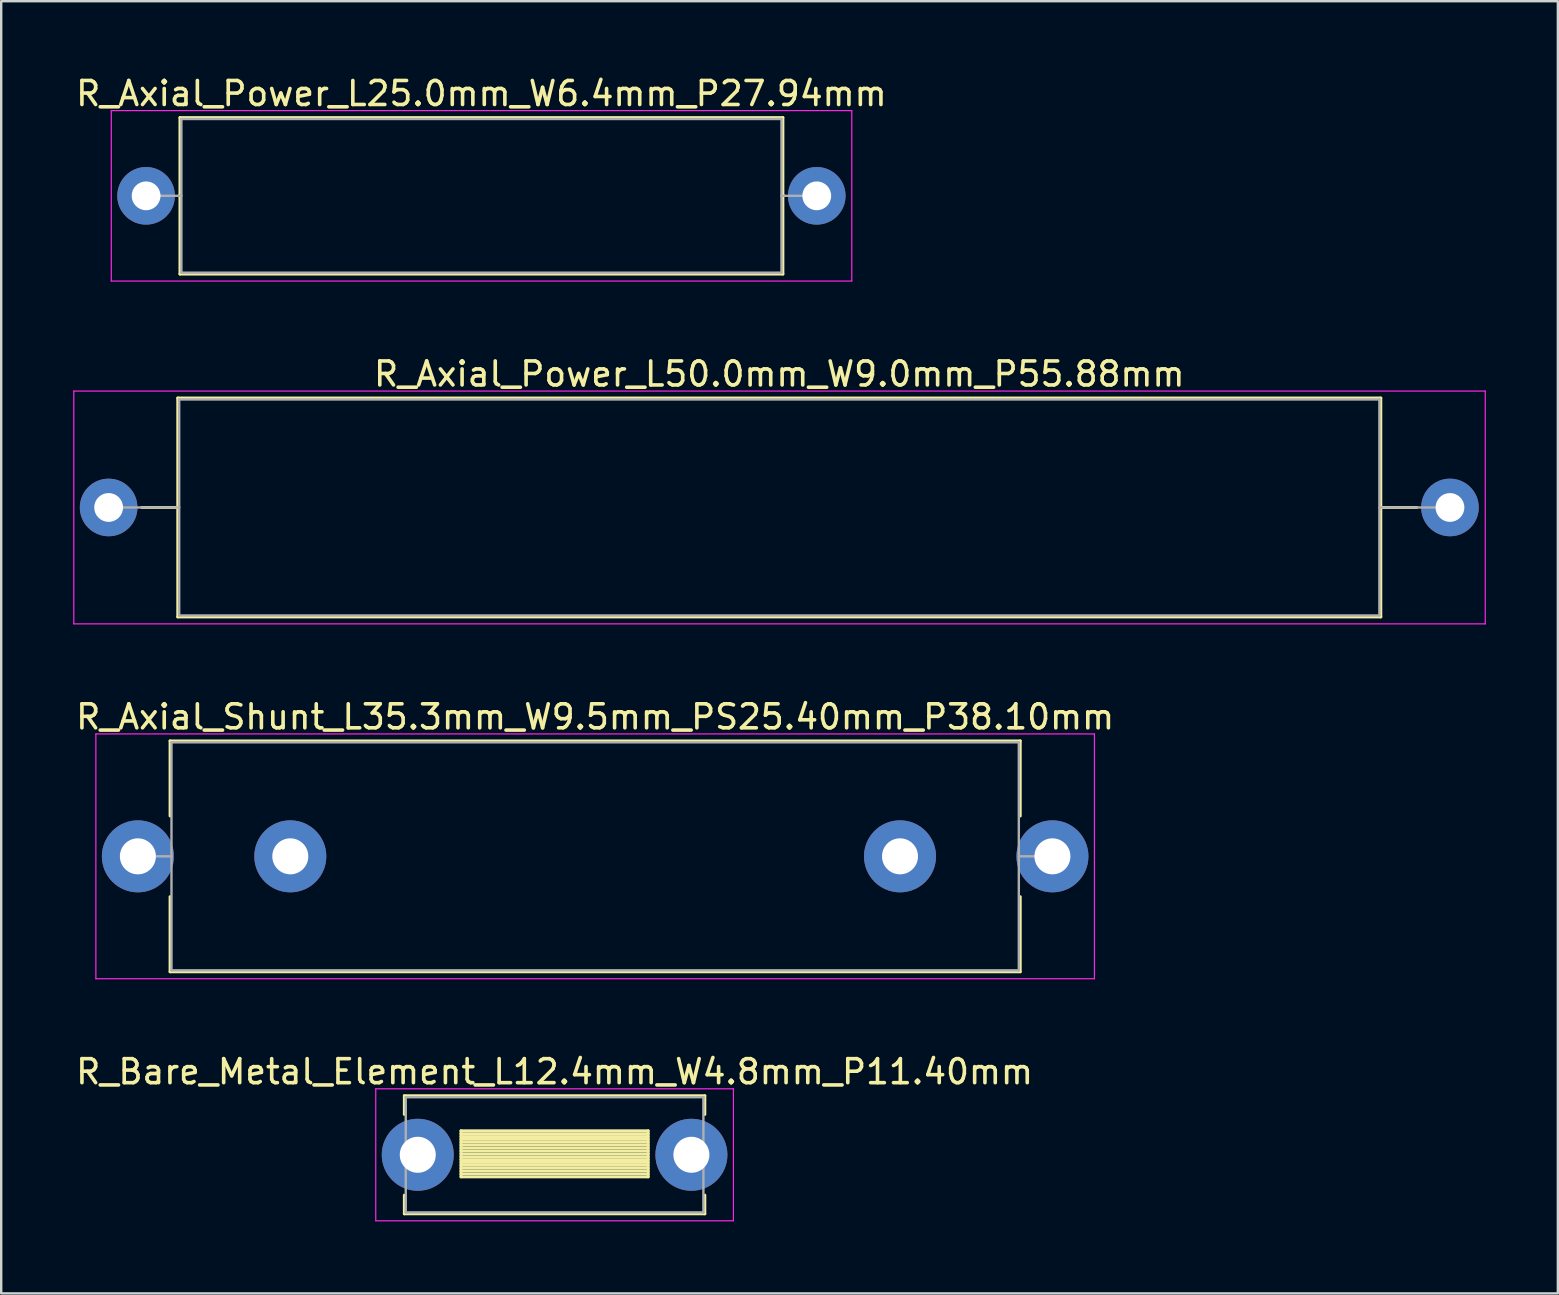
<source format=kicad_pcb>
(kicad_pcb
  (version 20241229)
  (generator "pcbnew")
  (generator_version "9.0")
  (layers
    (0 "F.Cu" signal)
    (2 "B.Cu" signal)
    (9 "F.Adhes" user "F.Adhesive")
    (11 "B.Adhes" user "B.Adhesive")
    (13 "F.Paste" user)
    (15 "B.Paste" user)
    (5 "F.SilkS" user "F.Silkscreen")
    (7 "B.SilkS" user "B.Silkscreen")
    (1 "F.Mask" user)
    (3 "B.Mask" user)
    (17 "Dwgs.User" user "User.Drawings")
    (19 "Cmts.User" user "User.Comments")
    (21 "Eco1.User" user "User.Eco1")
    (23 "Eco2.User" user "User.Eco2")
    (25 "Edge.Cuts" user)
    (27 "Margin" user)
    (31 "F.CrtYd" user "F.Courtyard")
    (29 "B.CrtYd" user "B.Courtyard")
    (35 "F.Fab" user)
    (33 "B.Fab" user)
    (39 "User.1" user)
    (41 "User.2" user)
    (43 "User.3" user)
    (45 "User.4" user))
  (footprint "R_Bare_Metal_Element_L12.4mm_W4.8mm_P11.40mm"
    (layer "F.Cu")
    (at 14.354 45.058)
    (property "Reference" "R_Bare_Metal_Element_L12.4mm_W4.8mm_P11.40mm" (at 5.7 -3.46 0) (layer "F.SilkS") (effects (font (size 1 1) (thickness 0.15))))
    (attr through_hole)
    (fp_line (start -0.56 -2.46) (end 11.96 -2.46) (stroke (width 0.12) (type solid)) (layer "F.SilkS"))
    (fp_line (start -0.56 -1.68) (end -0.56 -2.46) (stroke (width 0.12) (type solid)) (layer "F.SilkS"))
    (fp_line (start -0.56 1.68) (end -0.56 2.46) (stroke (width 0.12) (type solid)) (layer "F.SilkS"))
    (fp_line (start -0.56 2.46) (end 11.96 2.46) (stroke (width 0.12) (type solid)) (layer "F.SilkS"))
    (fp_line (start 1.8 -1) (end 1.8 0.92) (stroke (width 0.12) (type solid)) (layer "F.SilkS"))
    (fp_line (start 1.8 -1) (end 9.6 -1) (stroke (width 0.12) (type solid)) (layer "F.SilkS"))
    (fp_line (start 1.8 -0.88) (end 9.6 -0.88) (stroke (width 0.12) (type solid)) (layer "F.SilkS"))
    (fp_line (start 1.8 -0.76) (end 9.6 -0.76) (stroke (width 0.12) (type solid)) (layer "F.SilkS"))
    (fp_line (start 1.8 -0.64) (end 9.6 -0.64) (stroke (width 0.12) (type solid)) (layer "F.SilkS"))
    (fp_line (start 1.8 -0.52) (end 9.6 -0.52) (stroke (width 0.12) (type solid)) (layer "F.SilkS"))
    (fp_line (start 1.8 -0.4) (end 9.6 -0.4) (stroke (width 0.12) (type solid)) (layer "F.SilkS"))
    (fp_line (start 1.8 -0.28) (end 9.6 -0.28) (stroke (width 0.12) (type solid)) (layer "F.SilkS"))
    (fp_line (start 1.8 -0.16) (end 9.6 -0.16) (stroke (width 0.12) (type solid)) (layer "F.SilkS"))
    (fp_line (start 1.8 -0.04) (end 9.6 -0.04) (stroke (width 0.12) (type solid)) (layer "F.SilkS"))
    (fp_line (start 1.8 0.08) (end 9.6 0.08) (stroke (width 0.12) (type solid)) (layer "F.SilkS"))
    (fp_line (start 1.8 0.2) (end 9.6 0.2) (stroke (width 0.12) (type solid)) (layer "F.SilkS"))
    (fp_line (start 1.8 0.32) (end 9.6 0.32) (stroke (width 0.12) (type solid)) (layer "F.SilkS"))
    (fp_line (start 1.8 0.44) (end 9.6 0.44) (stroke (width 0.12) (type solid)) (layer "F.SilkS"))
    (fp_line (start 1.8 0.56) (end 9.6 0.56) (stroke (width 0.12) (type solid)) (layer "F.SilkS"))
    (fp_line (start 1.8 0.68) (end 9.6 0.68) (stroke (width 0.12) (type solid)) (layer "F.SilkS"))
    (fp_line (start 1.8 0.8) (end 9.6 0.8) (stroke (width 0.12) (type solid)) (layer "F.SilkS"))
    (fp_line (start 1.8 0.92) (end 9.6 0.92) (stroke (width 0.12) (type solid)) (layer "F.SilkS"))
    (fp_line (start 9.6 -1) (end 9.6 0.92) (stroke (width 0.12) (type solid)) (layer "F.SilkS"))
    (fp_line (start 11.96 -2.46) (end 11.96 -1.68) (stroke (width 0.12) (type solid)) (layer "F.SilkS"))
    (fp_line (start 11.96 2.46) (end 11.96 1.68) (stroke (width 0.12) (type solid)) (layer "F.SilkS"))
    (fp_line (start -1.75 -2.75) (end -1.75 2.75) (stroke (width 0.05) (type solid)) (layer "F.CrtYd"))
    (fp_line (start -1.75 2.75) (end 13.15 2.75) (stroke (width 0.05) (type solid)) (layer "F.CrtYd"))
    (fp_line (start 13.15 -2.75) (end -1.75 -2.75) (stroke (width 0.05) (type solid)) (layer "F.CrtYd"))
    (fp_line (start 13.15 2.75) (end 13.15 -2.75) (stroke (width 0.05) (type solid)) (layer "F.CrtYd"))
    (fp_line (start -0.5 -2.4) (end -0.5 2.4) (stroke (width 0.1) (type solid)) (layer "F.Fab"))
    (fp_line (start -0.5 2.4) (end 11.9 2.4) (stroke (width 0.1) (type solid)) (layer "F.Fab"))
    (fp_line (start 11.9 -2.4) (end -0.5 -2.4) (stroke (width 0.1) (type solid)) (layer "F.Fab"))
    (fp_line (start 11.9 2.4) (end 11.9 -2.4) (stroke (width 0.1) (type solid)) (layer "F.Fab"))
    (pad "1" thru_hole circle (at 0 0) (size 3 3) (drill 1.5) (layers "*.Cu" "*.Mask"))
    (pad "2" thru_hole oval (at 11.4 0) (size 3 3) (drill 1.5) (layers "*.Cu" "*.Mask")))
  (footprint "R_Axial_Power_L50.0mm_W9.0mm_P55.88mm"
    (layer "F.Cu")
    (at 1.475 18.091)
    (property "Reference" "R_Axial_Power_L50.0mm_W9.0mm_P55.88mm" (at 27.94 -5.56 0) (layer "F.SilkS") (effects (font (size 1 1) (thickness 0.15))))
    (attr through_hole)
    (fp_line (start 1.38 0) (end 2.88 0) (stroke (width 0.12) (type solid)) (layer "F.SilkS"))
    (fp_line (start 2.88 -4.56) (end 2.88 4.56) (stroke (width 0.12) (type solid)) (layer "F.SilkS"))
    (fp_line (start 2.88 4.56) (end 53 4.56) (stroke (width 0.12) (type solid)) (layer "F.SilkS"))
    (fp_line (start 53 -4.56) (end 2.88 -4.56) (stroke (width 0.12) (type solid)) (layer "F.SilkS"))
    (fp_line (start 53 4.56) (end 53 -4.56) (stroke (width 0.12) (type solid)) (layer "F.SilkS"))
    (fp_line (start 54.5 0) (end 53 0) (stroke (width 0.12) (type solid)) (layer "F.SilkS"))
    (fp_line (start -1.45 -4.85) (end -1.45 4.85) (stroke (width 0.05) (type solid)) (layer "F.CrtYd"))
    (fp_line (start -1.45 4.85) (end 57.35 4.85) (stroke (width 0.05) (type solid)) (layer "F.CrtYd"))
    (fp_line (start 57.35 -4.85) (end -1.45 -4.85) (stroke (width 0.05) (type solid)) (layer "F.CrtYd"))
    (fp_line (start 57.35 4.85) (end 57.35 -4.85) (stroke (width 0.05) (type solid)) (layer "F.CrtYd"))
    (fp_line (start 0 0) (end 2.94 0) (stroke (width 0.1) (type solid)) (layer "F.Fab"))
    (fp_line (start 2.94 -4.5) (end 2.94 4.5) (stroke (width 0.1) (type solid)) (layer "F.Fab"))
    (fp_line (start 2.94 4.5) (end 52.94 4.5) (stroke (width 0.1) (type solid)) (layer "F.Fab"))
    (fp_line (start 52.94 -4.5) (end 2.94 -4.5) (stroke (width 0.1) (type solid)) (layer "F.Fab"))
    (fp_line (start 52.94 4.5) (end 52.94 -4.5) (stroke (width 0.1) (type solid)) (layer "F.Fab"))
    (fp_line (start 55.88 0) (end 52.94 0) (stroke (width 0.1) (type solid)) (layer "F.Fab"))
    (pad "1" thru_hole circle (at 0 0) (size 2.4 2.4) (drill 1.2) (layers "*.Cu" "*.Mask"))
    (pad "2" thru_hole oval (at 55.88 0) (size 2.4 2.4) (drill 1.2) (layers "*.Cu" "*.Mask")))
  (footprint "R_Axial_Power_L25.0mm_W6.4mm_P27.94mm"
    (layer "F.Cu")
    (at 3.036 5.108)
    (property "Reference" "R_Axial_Power_L25.0mm_W6.4mm_P27.94mm" (at 13.97 -4.26 0) (layer "F.SilkS") (effects (font (size 1 1) (thickness 0.15))))
    (attr through_hole)
    (fp_line (start 1.38 0) (end 1.41 0) (stroke (width 0.12) (type solid)) (layer "F.SilkS"))
    (fp_line (start 1.41 -3.26) (end 1.41 3.26) (stroke (width 0.12) (type solid)) (layer "F.SilkS"))
    (fp_line (start 1.41 3.26) (end 26.53 3.26) (stroke (width 0.12) (type solid)) (layer "F.SilkS"))
    (fp_line (start 26.53 -3.26) (end 1.41 -3.26) (stroke (width 0.12) (type solid)) (layer "F.SilkS"))
    (fp_line (start 26.53 3.26) (end 26.53 -3.26) (stroke (width 0.12) (type solid)) (layer "F.SilkS"))
    (fp_line (start 26.56 0) (end 26.53 0) (stroke (width 0.12) (type solid)) (layer "F.SilkS"))
    (fp_line (start -1.45 -3.55) (end -1.45 3.55) (stroke (width 0.05) (type solid)) (layer "F.CrtYd"))
    (fp_line (start -1.45 3.55) (end 29.4 3.55) (stroke (width 0.05) (type solid)) (layer "F.CrtYd"))
    (fp_line (start 29.4 -3.55) (end -1.45 -3.55) (stroke (width 0.05) (type solid)) (layer "F.CrtYd"))
    (fp_line (start 29.4 3.55) (end 29.4 -3.55) (stroke (width 0.05) (type solid)) (layer "F.CrtYd"))
    (fp_line (start 0 0) (end 1.47 0) (stroke (width 0.1) (type solid)) (layer "F.Fab"))
    (fp_line (start 1.47 -3.2) (end 1.47 3.2) (stroke (width 0.1) (type solid)) (layer "F.Fab"))
    (fp_line (start 1.47 3.2) (end 26.47 3.2) (stroke (width 0.1) (type solid)) (layer "F.Fab"))
    (fp_line (start 26.47 -3.2) (end 1.47 -3.2) (stroke (width 0.1) (type solid)) (layer "F.Fab"))
    (fp_line (start 26.47 3.2) (end 26.47 -3.2) (stroke (width 0.1) (type solid)) (layer "F.Fab"))
    (fp_line (start 27.94 0) (end 26.47 0) (stroke (width 0.1) (type solid)) (layer "F.Fab"))
    (pad "1" thru_hole circle (at 0 0) (size 2.4 2.4) (drill 1.2) (layers "*.Cu" "*.Mask"))
    (pad "2" thru_hole oval (at 27.94 0) (size 2.4 2.4) (drill 1.2) (layers "*.Cu" "*.Mask")))
  (footprint "R_Axial_Shunt_L35.3mm_W9.5mm_PS25.40mm_P38.10mm"
    (layer "F.Cu")
    (at 2.694 32.625)
    (property "Reference" "R_Axial_Shunt_L35.3mm_W9.5mm_PS25.40mm_P38.10mm" (at 19.05 -5.81 0) (layer "F.SilkS") (effects (font (size 1 1) (thickness 0.15))))
    (attr through_hole)
    (fp_line (start 1.34 -4.81) (end 36.76 -4.81) (stroke (width 0.12) (type solid)) (layer "F.SilkS"))
    (fp_line (start 1.34 -1.68) (end 1.34 -4.81) (stroke (width 0.12) (type solid)) (layer "F.SilkS"))
    (fp_line (start 1.34 1.68) (end 1.34 4.81) (stroke (width 0.12) (type solid)) (layer "F.SilkS"))
    (fp_line (start 1.34 4.81) (end 36.76 4.81) (stroke (width 0.12) (type solid)) (layer "F.SilkS"))
    (fp_line (start 36.76 -4.81) (end 36.76 -1.68) (stroke (width 0.12) (type solid)) (layer "F.SilkS"))
    (fp_line (start 36.76 4.81) (end 36.76 1.68) (stroke (width 0.12) (type solid)) (layer "F.SilkS"))
    (fp_line (start -1.75 -5.1) (end -1.75 5.1) (stroke (width 0.05) (type solid)) (layer "F.CrtYd"))
    (fp_line (start -1.75 5.1) (end 39.85 5.1) (stroke (width 0.05) (type solid)) (layer "F.CrtYd"))
    (fp_line (start 39.85 -5.1) (end -1.75 -5.1) (stroke (width 0.05) (type solid)) (layer "F.CrtYd"))
    (fp_line (start 39.85 5.1) (end 39.85 -5.1) (stroke (width 0.05) (type solid)) (layer "F.CrtYd"))
    (fp_line (start 0 0) (end 1.4 0) (stroke (width 0.1) (type solid)) (layer "F.Fab"))
    (fp_line (start 1.4 -4.75) (end 1.4 4.75) (stroke (width 0.1) (type solid)) (layer "F.Fab"))
    (fp_line (start 1.4 4.75) (end 36.7 4.75) (stroke (width 0.1) (type solid)) (layer "F.Fab"))
    (fp_line (start 36.7 -4.75) (end 1.4 -4.75) (stroke (width 0.1) (type solid)) (layer "F.Fab"))
    (fp_line (start 36.7 4.75) (end 36.7 -4.75) (stroke (width 0.1) (type solid)) (layer "F.Fab"))
    (fp_line (start 38.1 0) (end 36.7 0) (stroke (width 0.1) (type solid)) (layer "F.Fab"))
    (pad "1" thru_hole circle (at 0 0) (size 3 3) (drill 1.5) (layers "*.Cu" "*.Mask"))
    (pad "2" thru_hole oval (at 6.35 0) (size 3 3) (drill 1.5) (layers "*.Cu" "*.Mask"))
    (pad "3" thru_hole oval (at 31.75 0) (size 3 3) (drill 1.5) (layers "*.Cu" "*.Mask"))
    (pad "4" thru_hole oval (at 38.1 0) (size 3 3) (drill 1.5) (layers "*.Cu" "*.Mask")))
  (gr_rect
    (start -3 -3)
    (end 61.85 50.833)
    (stroke (width 0.1) (type default))
    (fill no)
    (layer "Edge.Cuts")))
</source>
